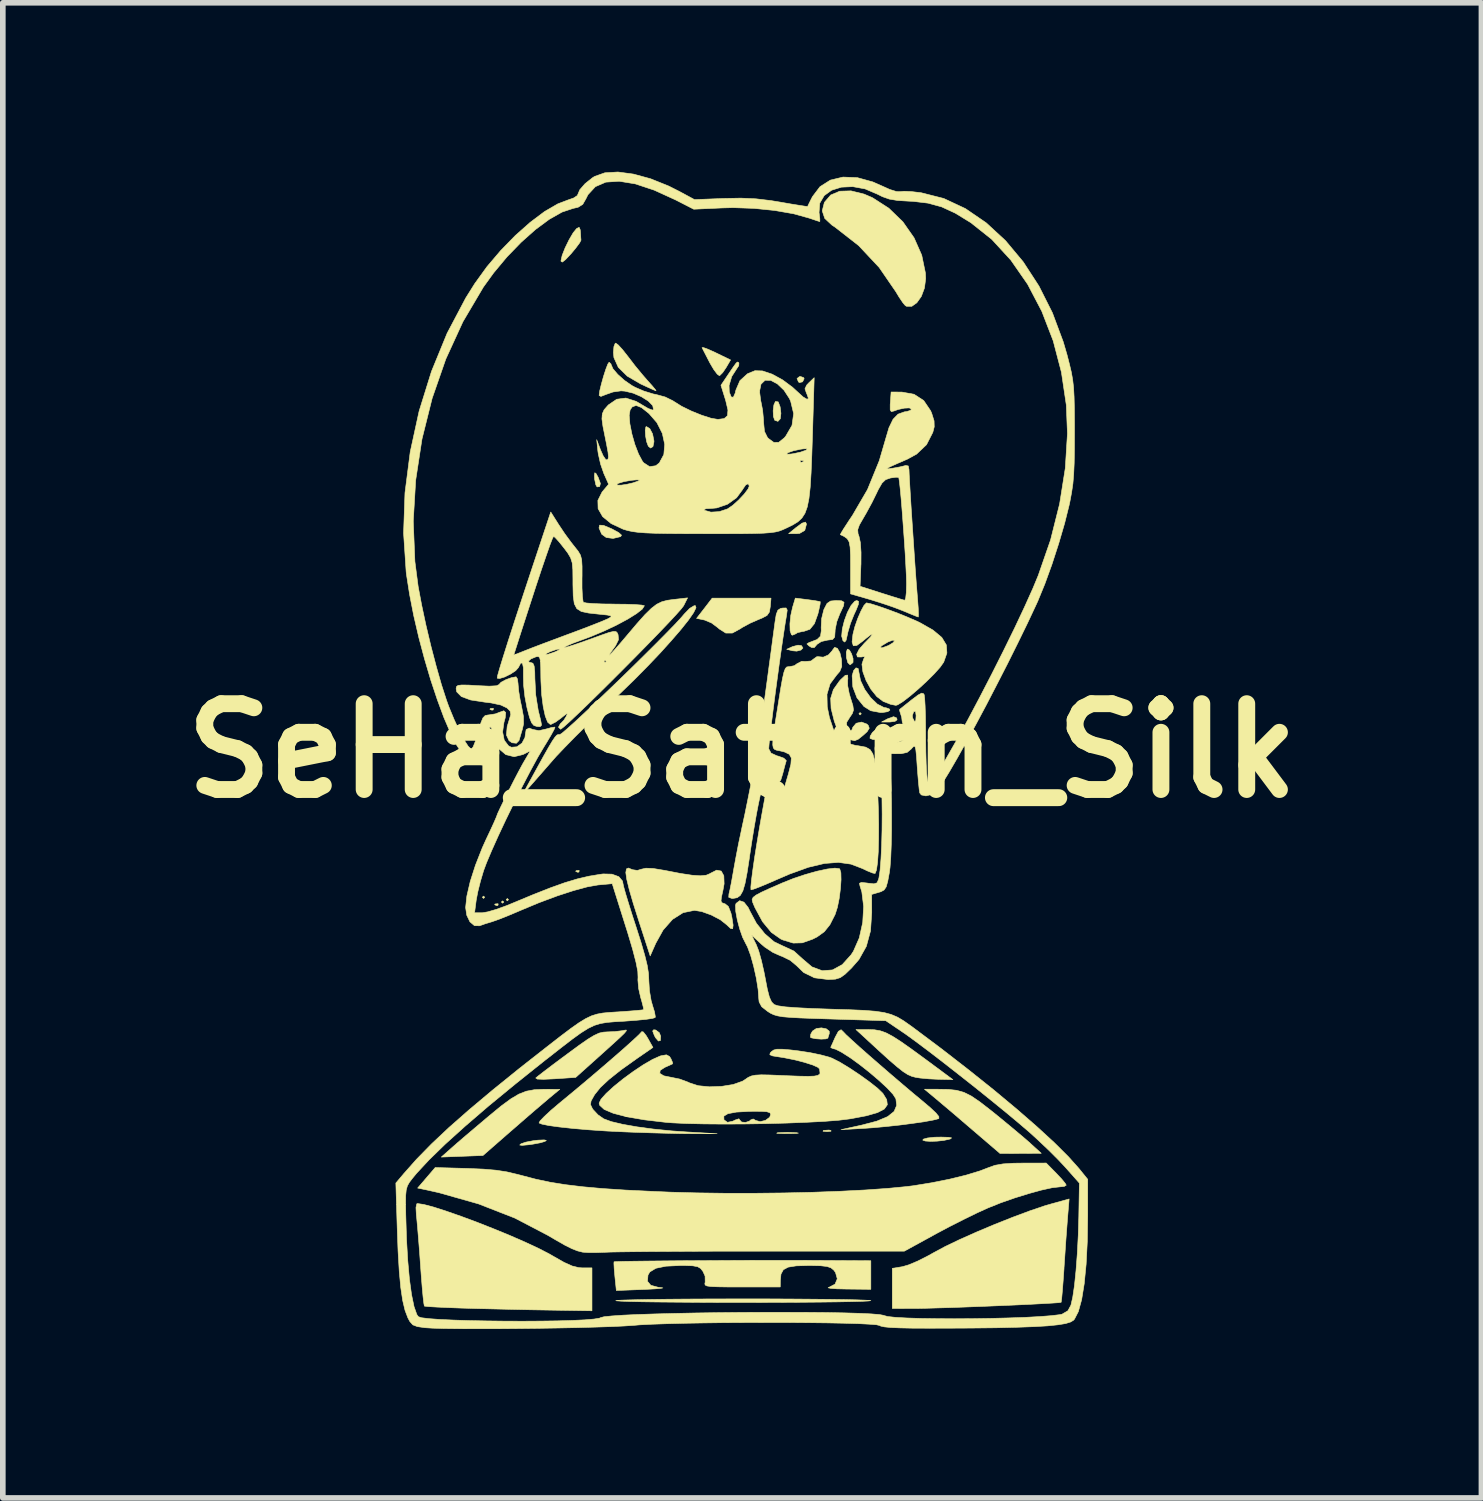
<source format=kicad_pcb>
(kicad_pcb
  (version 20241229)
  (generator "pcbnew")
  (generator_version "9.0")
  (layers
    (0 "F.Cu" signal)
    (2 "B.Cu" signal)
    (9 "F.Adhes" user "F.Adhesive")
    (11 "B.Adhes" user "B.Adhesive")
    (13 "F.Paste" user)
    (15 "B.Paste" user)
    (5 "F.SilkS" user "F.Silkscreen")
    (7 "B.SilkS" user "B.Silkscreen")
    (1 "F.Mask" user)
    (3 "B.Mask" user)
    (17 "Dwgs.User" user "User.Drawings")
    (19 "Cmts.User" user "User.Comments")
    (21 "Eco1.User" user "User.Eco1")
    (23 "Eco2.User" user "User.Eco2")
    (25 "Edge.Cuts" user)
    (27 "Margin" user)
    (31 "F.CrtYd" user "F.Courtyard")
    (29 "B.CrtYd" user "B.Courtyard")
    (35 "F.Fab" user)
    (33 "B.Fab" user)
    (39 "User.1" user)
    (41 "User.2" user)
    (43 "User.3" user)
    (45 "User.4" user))
  (footprint "SeHa_Saturn_Silk"
    (layer "F.Cu")
    (at 10.131 10.283)
    (property "Reference" "SeHa_Saturn_Silk" (at 0 0 0) (layer "F.SilkS") (effects (font (size 1.524 1.524) (thickness 0.3))))
    (attr through_hole)
    (fp_poly (pts (xy -4.572 2.603) (xy -4.593 2.625) (xy -4.614 2.603) (xy -4.593 2.582) (xy -4.572 2.603)) (stroke (width 0.01) (type solid)) (fill yes) (layer "F.SilkS"))
    (fp_poly (pts (xy -4.233 2.688) (xy -4.255 2.709) (xy -4.276 2.688) (xy -4.255 2.667) (xy -4.233 2.688)) (stroke (width 0.01) (type solid)) (fill yes) (layer "F.SilkS"))
    (fp_poly (pts (xy -4.149 2.646) (xy -4.17 2.667) (xy -4.191 2.646) (xy -4.17 2.625) (xy -4.149 2.646)) (stroke (width 0.01) (type solid)) (fill yes) (layer "F.SilkS"))
    (fp_poly (pts (xy 2.117 -0.656) (xy 2.095 -0.635) (xy 2.074 -0.656) (xy 2.095 -0.677) (xy 2.117 -0.656)) (stroke (width 0.01) (type solid)) (fill yes) (layer "F.SilkS"))
    (fp_poly (pts (xy -4.417 -0.748) (xy -4.423 -0.723) (xy -4.445 -0.72) (xy -4.48 -0.735) (xy -4.473 -0.748) (xy -4.423 -0.753) (xy -4.417 -0.748)) (stroke (width 0.01) (type solid)) (fill yes) (layer "F.SilkS"))
    (fp_poly (pts (xy -4.332 2.723) (xy -4.338 2.749) (xy -4.36 2.752) (xy -4.395 2.736) (xy -4.389 2.723) (xy -4.338 2.718) (xy -4.332 2.723)) (stroke (width 0.01) (type solid)) (fill yes) (layer "F.SilkS"))
    (fp_poly (pts (xy -2.893 2.131) (xy -2.899 2.156) (xy -2.921 2.159) (xy -2.956 2.144) (xy -2.949 2.131) (xy -2.899 2.126) (xy -2.893 2.131)) (stroke (width 0.01) (type solid)) (fill yes) (layer "F.SilkS"))
    (fp_poly (pts (xy 1.054 -1.866) (xy 1.08 -1.824) (xy 1.044 -1.787) (xy 0.969 -1.768) (xy 0.893 -1.775) (xy 0.792 -1.801) (xy 0.897 -1.849) (xy 0.993 -1.874) (xy 1.054 -1.866)) (stroke (width 0.01) (type solid)) (fill yes) (layer "F.SilkS"))
    (fp_poly (pts (xy 1.094 -6.625) (xy 1.101 -6.606) (xy 1.073 -6.551) (xy 1.018 -6.538) (xy 1.001 -6.549) (xy 0.975 -6.61) (xy 1.02 -6.645) (xy 1.037 -6.646) (xy 1.094 -6.625)) (stroke (width 0.01) (type solid)) (fill yes) (layer "F.SilkS"))
    (fp_poly (pts (xy 1.143 -4.025) (xy 1.113 -3.913) (xy 1.021 -3.859) (xy 0.959 -3.854) (xy 0.826 -3.855) (xy 0.953 -3.959) (xy 1.064 -4.041) (xy 1.126 -4.06) (xy 1.143 -4.025)) (stroke (width 0.01) (type solid)) (fill yes) (layer "F.SilkS"))
    (fp_poly (pts (xy 1.578 6.746) (xy 1.579 6.759) (xy 1.513 6.765) (xy 1.503 6.765) (xy 1.437 6.759) (xy 1.443 6.746) (xy 1.451 6.744) (xy 1.543 6.738) (xy 1.578 6.746)) (stroke (width 0.01) (type solid)) (fill yes) (layer "F.SilkS"))
    (fp_poly (pts (xy 2.745 -0.581) (xy 2.752 -0.548) (xy 2.715 -0.521) (xy 2.625 -0.509) (xy 2.614 -0.509) (xy 2.477 -0.509) (xy 2.582 -0.565) (xy 2.69 -0.604) (xy 2.745 -0.581)) (stroke (width 0.01) (type solid)) (fill yes) (layer "F.SilkS"))
    (fp_poly (pts (xy -2.596 -4.924) (xy -2.556 -4.853) (xy -2.517 -4.746) (xy -2.531 -4.691) (xy -2.576 -4.685) (xy -2.598 -4.721) (xy -2.62 -4.822) (xy -2.623 -4.882) (xy -2.617 -4.936) (xy -2.596 -4.924)) (stroke (width 0.01) (type solid)) (fill yes) (layer "F.SilkS"))
    (fp_poly (pts (xy -1.535 4.961) (xy -1.471 5.009) (xy -1.447 5.07) (xy -1.451 5.148) (xy -1.487 5.157) (xy -1.538 5.098) (xy -1.56 5.056) (xy -1.589 4.979) (xy -1.571 4.957) (xy -1.535 4.961)) (stroke (width 0.01) (type solid)) (fill yes) (layer "F.SilkS"))
    (fp_poly (pts (xy 0.963 6.785) (xy 1 6.792) (xy 0.962 6.798) (xy 0.856 6.801) (xy 0.804 6.801) (xy 0.677 6.8) (xy 0.614 6.795) (xy 0.623 6.788) (xy 0.646 6.785) (xy 0.805 6.778) (xy 0.963 6.785)) (stroke (width 0.01) (type solid)) (fill yes) (layer "F.SilkS"))
    (fp_poly (pts (xy 2.839 -0.357) (xy 2.872 -0.297) (xy 2.838 -0.254) (xy 2.834 -0.251) (xy 2.731 -0.21) (xy 2.667 -0.232) (xy 2.656 -0.313) (xy 2.657 -0.318) (xy 2.698 -0.405) (xy 2.767 -0.415) (xy 2.839 -0.357)) (stroke (width 0.01) (type solid)) (fill yes) (layer "F.SilkS"))
    (fp_poly (pts (xy 0.641 -6.195) (xy 0.675 -6.107) (xy 0.689 -5.992) (xy 0.678 -5.895) (xy 0.636 -5.849) (xy 0.579 -5.869) (xy 0.556 -5.935) (xy 0.551 -6.039) (xy 0.564 -6.141) (xy 0.591 -6.201) (xy 0.593 -6.202) (xy 0.641 -6.195)) (stroke (width 0.01) (type solid)) (fill yes) (layer "F.SilkS"))
    (fp_poly (pts (xy 1.906 -1.787) (xy 1.944 -1.72) (xy 1.97 -1.637) (xy 1.97 -1.57) (xy 1.966 -1.563) (xy 1.918 -1.524) (xy 1.877 -1.564) (xy 1.853 -1.653) (xy 1.85 -1.75) (xy 1.869 -1.803) (xy 1.87 -1.804) (xy 1.906 -1.787)) (stroke (width 0.01) (type solid)) (fill yes) (layer "F.SilkS"))
    (fp_poly (pts (xy 2.538 -0.397) (xy 2.561 -0.344) (xy 2.525 -0.273) (xy 2.44 -0.217) (xy 2.342 -0.197) (xy 2.319 -0.2) (xy 2.271 -0.219) (xy 2.275 -0.259) (xy 2.314 -0.323) (xy 2.387 -0.39) (xy 2.471 -0.415) (xy 2.538 -0.397)) (stroke (width 0.01) (type solid)) (fill yes) (layer "F.SilkS"))
    (fp_poly (pts (xy -3.477 6.922) (xy -3.503 6.94) (xy -3.584 6.964) (xy -3.713 6.988) (xy -3.789 6.999) (xy -3.908 7.01) (xy -3.95 7.004) (xy -3.927 6.982) (xy -3.843 6.953) (xy -3.712 6.928) (xy -3.63 6.918) (xy -3.517 6.913) (xy -3.477 6.922)) (stroke (width 0.01) (type solid)) (fill yes) (layer "F.SilkS"))
    (fp_poly (pts (xy -2.46 -4.001) (xy -2.326 -3.945) (xy -2.317 -3.941) (xy -2.192 -3.873) (xy -2.142 -3.828) (xy -2.158 -3.802) (xy -2.291 -3.77) (xy -2.413 -3.786) (xy -2.493 -3.844) (xy -2.496 -3.85) (xy -2.542 -3.956) (xy -2.531 -4.006) (xy -2.46 -4.001)) (stroke (width 0.01) (type solid)) (fill yes) (layer "F.SilkS"))
    (fp_poly (pts (xy -1.64 -5.72) (xy -1.591 -5.627) (xy -1.567 -5.507) (xy -1.566 -5.485) (xy -1.584 -5.401) (xy -1.626 -5.375) (xy -1.666 -5.408) (xy -1.696 -5.487) (xy -1.715 -5.591) (xy -1.721 -5.69) (xy -1.71 -5.75) (xy -1.7 -5.757) (xy -1.64 -5.72)) (stroke (width 0.01) (type solid)) (fill yes) (layer "F.SilkS"))
    (fp_poly (pts (xy 3.667 6.867) (xy 3.72 6.877) (xy 3.702 6.894) (xy 3.683 6.9) (xy 3.583 6.922) (xy 3.464 6.935) (xy 3.347 6.939) (xy 3.255 6.933) (xy 3.209 6.918) (xy 3.217 6.9) (xy 3.292 6.879) (xy 3.42 6.865) (xy 3.535 6.863) (xy 3.667 6.867)) (stroke (width 0.01) (type solid)) (fill yes) (layer "F.SilkS"))
    (fp_poly (pts (xy 1.495 4.94) (xy 1.547 4.982) (xy 1.548 5.024) (xy 1.527 5.09) (xy 1.524 5.105) (xy 1.488 5.119) (xy 1.404 5.123) (xy 1.307 5.116) (xy 1.232 5.101) (xy 1.213 5.09) (xy 1.219 5.035) (xy 1.25 4.98) (xy 1.317 4.935) (xy 1.408 4.923) (xy 1.495 4.94)) (stroke (width 0.01) (type solid)) (fill yes) (layer "F.SilkS"))
    (fp_poly (pts (xy -0.684 -7.159) (xy -0.599 -7.127) (xy -0.474 -7.071) (xy -0.465 -7.066) (xy -0.205 -6.94) (xy -0.283 -6.807) (xy -0.345 -6.715) (xy -0.397 -6.663) (xy -0.403 -6.66) (xy -0.442 -6.688) (xy -0.505 -6.772) (xy -0.572 -6.886) (xy -0.639 -7.016) (xy -0.69 -7.115) (xy -0.712 -7.159) (xy -0.684 -7.159)) (stroke (width 0.01) (type solid)) (fill yes) (layer "F.SilkS"))
    (fp_poly (pts (xy -2.876 -9.253) (xy -2.872 -9.213) (xy -2.866 -9.116) (xy -2.862 -9.067) (xy -2.886 -9.02) (xy -2.952 -8.931) (xy -3.037 -8.828) (xy -3.137 -8.722) (xy -3.193 -8.678) (xy -3.216 -8.691) (xy -3.217 -8.706) (xy -3.196 -8.798) (xy -3.144 -8.93) (xy -3.074 -9.073) (xy -3.001 -9.198) (xy -2.94 -9.273) (xy -2.895 -9.296) (xy -2.876 -9.253)) (stroke (width 0.01) (type solid)) (fill yes) (layer "F.SilkS"))
    (fp_poly (pts (xy 2.068 -2.653) (xy 2.065 -2.6) (xy 2.024 -2.496) (xy 1.987 -2.417) (xy 1.925 -2.263) (xy 1.878 -2.103) (xy 1.87 -2.064) (xy 1.847 -1.961) (xy 1.822 -1.929) (xy 1.791 -1.953) (xy 1.768 -2.034) (xy 1.779 -2.161) (xy 1.816 -2.309) (xy 1.87 -2.456) (xy 1.935 -2.579) (xy 2.001 -2.654) (xy 2.035 -2.667) (xy 2.068 -2.653)) (stroke (width 0.01) (type solid)) (fill yes) (layer "F.SilkS"))
    (fp_poly (pts (xy 0.5 -2.557) (xy 0.484 -2.462) (xy 0.442 -2.402) (xy 0.351 -2.354) (xy 0.289 -2.329) (xy 0.141 -2.264) (xy 0.004 -2.19) (xy -0.035 -2.164) (xy -0.174 -2.089) (xy -0.291 -2.089) (xy -0.407 -2.163) (xy -0.43 -2.184) (xy -0.544 -2.269) (xy -0.669 -2.321) (xy -0.674 -2.322) (xy -0.809 -2.35) (xy -0.67 -2.529) (xy -0.532 -2.709) (xy 0.513 -2.709) (xy 0.5 -2.557)) (stroke (width 0.01) (type solid)) (fill yes) (layer "F.SilkS"))
    (fp_poly (pts (xy -2.201 -7.207) (xy -2.125 -7.124) (xy -2.032 -7.006) (xy -2.024 -6.996) (xy -1.903 -6.838) (xy -1.771 -6.678) (xy -1.679 -6.572) (xy -1.593 -6.476) (xy -1.539 -6.411) (xy -1.529 -6.392) (xy -1.573 -6.409) (xy -1.671 -6.453) (xy -1.801 -6.513) (xy -2.041 -6.653) (xy -2.199 -6.808) (xy -2.277 -6.981) (xy -2.286 -7.073) (xy -2.277 -7.178) (xy -2.254 -7.235) (xy -2.245 -7.239) (xy -2.201 -7.207)) (stroke (width 0.01) (type solid)) (fill yes) (layer "F.SilkS"))
    (fp_poly (pts (xy 1.16 -2.683) (xy 1.285 -2.666) (xy 1.368 -2.651) (xy 1.388 -2.646) (xy 1.385 -2.603) (xy 1.364 -2.505) (xy 1.346 -2.429) (xy 1.284 -2.256) (xy 1.203 -2.156) (xy 1.095 -2.119) (xy 1.077 -2.118) (xy 0.985 -2.097) (xy 0.948 -2.074) (xy 0.893 -2.051) (xy 0.876 -2.06) (xy 0.852 -2.13) (xy 0.849 -2.254) (xy 0.864 -2.403) (xy 0.896 -2.546) (xy 0.945 -2.71) (xy 1.16 -2.683)) (stroke (width 0.01) (type solid)) (fill yes) (layer "F.SilkS"))
    (fp_poly (pts (xy 2.06 -1.461) (xy 2.074 -1.393) (xy 2.103 -1.245) (xy 2.178 -1.087) (xy 2.283 -0.941) (xy 2.402 -0.827) (xy 2.52 -0.767) (xy 2.557 -0.762) (xy 2.616 -0.74) (xy 2.625 -0.72) (xy 2.587 -0.693) (xy 2.494 -0.678) (xy 2.459 -0.677) (xy 2.283 -0.71) (xy 2.163 -0.786) (xy 2.04 -0.939) (xy 1.966 -1.133) (xy 1.954 -1.331) (xy 1.981 -1.424) (xy 2.022 -1.471) (xy 2.06 -1.461)) (stroke (width 0.01) (type solid)) (fill yes) (layer "F.SilkS"))
    (fp_poly (pts (xy 2.35 4.957) (xy 2.45 4.974) (xy 2.553 5.01) (xy 2.672 5.073) (xy 2.821 5.168) (xy 3.011 5.302) (xy 3.237 5.467) (xy 3.743 5.842) (xy 3.491 5.837) (xy 3.321 5.829) (xy 3.16 5.814) (xy 3.083 5.802) (xy 3.014 5.784) (xy 2.943 5.753) (xy 2.86 5.7) (xy 2.755 5.617) (xy 2.615 5.497) (xy 2.432 5.331) (xy 2.313 5.221) (xy 2.022 4.953) (xy 2.241 4.953) (xy 2.35 4.957)) (stroke (width 0.01) (type solid)) (fill yes) (layer "F.SilkS"))
    (fp_poly (pts (xy -3.239 6.015) (xy -3.428 6.172) (xy -3.528 6.257) (xy -3.675 6.382) (xy -3.851 6.534) (xy -4.039 6.698) (xy -4.11 6.759) (xy -4.603 7.19) (xy -4.973 7.204) (xy -5.343 7.218) (xy -5.158 7.054) (xy -5.058 6.966) (xy -4.91 6.839) (xy -4.733 6.689) (xy -4.545 6.53) (xy -4.495 6.488) (xy -4.28 6.311) (xy -4.109 6.185) (xy -3.966 6.1) (xy -3.833 6.048) (xy -3.693 6.022) (xy -3.529 6.014) (xy -3.471 6.014) (xy -3.239 6.015)) (stroke (width 0.01) (type solid)) (fill yes) (layer "F.SilkS"))
    (fp_poly (pts (xy 3.659 6.016) (xy 3.809 6.032) (xy 3.94 6.069) (xy 4.072 6.135) (xy 4.223 6.238) (xy 4.415 6.387) (xy 4.473 6.433) (xy 4.66 6.586) (xy 4.842 6.737) (xy 5 6.87) (xy 5.113 6.968) (xy 5.122 6.977) (xy 5.313 7.151) (xy 4.947 7.153) (xy 4.581 7.154) (xy 4.1 6.742) (xy 3.912 6.581) (xy 3.73 6.425) (xy 3.571 6.291) (xy 3.453 6.191) (xy 3.429 6.171) (xy 3.239 6.013) (xy 3.471 6.013) (xy 3.659 6.016)) (stroke (width 0.01) (type solid)) (fill yes) (layer "F.SilkS"))
    (fp_poly (pts (xy -2.056 4.963) (xy -2.059 4.979) (xy -2.091 5.018) (xy -2.161 5.086) (xy -2.274 5.19) (xy -2.438 5.338) (xy -2.636 5.516) (xy -2.956 5.803) (xy -3.33 5.828) (xy -3.525 5.837) (xy -3.636 5.833) (xy -3.665 5.815) (xy -3.662 5.81) (xy -3.614 5.771) (xy -3.512 5.692) (xy -3.367 5.582) (xy -3.193 5.452) (xy -3.098 5.382) (xy -2.893 5.231) (xy -2.741 5.125) (xy -2.627 5.056) (xy -2.54 5.016) (xy -2.464 4.999) (xy -2.4 4.995) (xy -2.259 4.989) (xy -2.136 4.974) (xy -2.117 4.971) (xy -2.078 4.963) (xy -2.056 4.963)) (stroke (width 0.01) (type solid)) (fill yes) (layer "F.SilkS"))
    (fp_poly (pts (xy 2.165 -9.886) (xy 2.314 -9.822) (xy 2.606 -9.634) (xy 2.856 -9.392) (xy 3.054 -9.109) (xy 3.19 -8.801) (xy 3.256 -8.482) (xy 3.26 -8.382) (xy 3.238 -8.216) (xy 3.183 -8.069) (xy 3.103 -7.956) (xy 3.013 -7.892) (xy 2.922 -7.892) (xy 2.898 -7.906) (xy 2.854 -7.958) (xy 2.786 -8.059) (xy 2.732 -8.149) (xy 2.434 -8.583) (xy 2.071 -8.97) (xy 1.651 -9.298) (xy 1.594 -9.336) (xy 1.468 -9.453) (xy 1.423 -9.588) (xy 1.461 -9.738) (xy 1.463 -9.741) (xy 1.573 -9.869) (xy 1.733 -9.937) (xy 1.934 -9.943) (xy 2.165 -9.886)) (stroke (width 0.01) (type solid)) (fill yes) (layer "F.SilkS"))
    (fp_poly (pts (xy 1.768 -2.662) (xy 1.81 -2.636) (xy 1.801 -2.572) (xy 1.745 -2.452) (xy 1.736 -2.434) (xy 1.681 -2.291) (xy 1.652 -2.147) (xy 1.651 -2.118) (xy 1.644 -2.018) (xy 1.607 -1.975) (xy 1.518 -1.964) (xy 1.517 -1.964) (xy 1.407 -1.939) (xy 1.332 -1.89) (xy 1.281 -1.831) (xy 1.233 -1.833) (xy 1.187 -1.861) (xy 1.151 -1.896) (xy 1.191 -1.922) (xy 1.208 -1.927) (xy 1.332 -1.975) (xy 1.392 -2.034) (xy 1.406 -2.13) (xy 1.404 -2.189) (xy 1.412 -2.346) (xy 1.45 -2.5) (xy 1.455 -2.513) (xy 1.508 -2.615) (xy 1.571 -2.658) (xy 1.67 -2.667) (xy 1.768 -2.662)) (stroke (width 0.01) (type solid)) (fill yes) (layer "F.SilkS"))
    (fp_poly (pts (xy 1.727 2.096) (xy 1.734 2.101) (xy 1.754 2.168) (xy 1.757 2.293) (xy 1.746 2.453) (xy 1.724 2.625) (xy 1.692 2.783) (xy 1.653 2.905) (xy 1.652 2.908) (xy 1.559 3.091) (xy 1.459 3.216) (xy 1.331 3.308) (xy 1.249 3.349) (xy 1.068 3.413) (xy 0.907 3.417) (xy 0.728 3.363) (xy 0.688 3.346) (xy 0.52 3.228) (xy 0.363 3.038) (xy 0.228 2.789) (xy 0.21 2.747) (xy 0.186 2.689) (xy 0.177 2.644) (xy 0.195 2.605) (xy 0.249 2.564) (xy 0.349 2.511) (xy 0.507 2.439) (xy 0.711 2.35) (xy 0.914 2.269) (xy 1.126 2.198) (xy 1.33 2.141) (xy 1.51 2.102) (xy 1.648 2.086) (xy 1.727 2.096)) (stroke (width 0.01) (type solid)) (fill yes) (layer "F.SilkS"))
    (fp_poly (pts (xy 0.45 9.737) (xy 0.853 9.739) (xy 1.221 9.742) (xy 1.547 9.745) (xy 1.823 9.749) (xy 2.042 9.754) (xy 2.195 9.76) (xy 2.276 9.765) (xy 2.286 9.768) (xy 2.245 9.774) (xy 2.127 9.78) (xy 1.94 9.785) (xy 1.691 9.79) (xy 1.389 9.794) (xy 1.041 9.797) (xy 0.655 9.799) (xy 0.238 9.8) (xy 0.021 9.8) (xy -0.408 9.8) (xy -0.81 9.798) (xy -1.178 9.795) (xy -1.505 9.792) (xy -1.781 9.788) (xy -2 9.783) (xy -2.153 9.777) (xy -2.233 9.771) (xy -2.244 9.768) (xy -2.203 9.762) (xy -2.085 9.757) (xy -1.898 9.752) (xy -1.649 9.747) (xy -1.347 9.743) (xy -0.999 9.74) (xy -0.612 9.738) (xy -0.196 9.737) (xy 0.021 9.737) (xy 0.45 9.737)) (stroke (width 0.01) (type solid)) (fill yes) (layer "F.SilkS"))
    (fp_poly (pts (xy 1.878 -1.275) (xy 1.874 -1.252) (xy 1.875 -1.153) (xy 1.902 -1.015) (xy 1.927 -0.93) (xy 1.967 -0.802) (xy 1.978 -0.722) (xy 1.958 -0.661) (xy 1.912 -0.593) (xy 1.857 -0.505) (xy 1.855 -0.443) (xy 1.881 -0.399) (xy 1.925 -0.349) (xy 1.951 -0.372) (xy 1.966 -0.415) (xy 2.026 -0.487) (xy 2.121 -0.508) (xy 2.215 -0.473) (xy 2.24 -0.449) (xy 2.258 -0.399) (xy 2.22 -0.337) (xy 2.157 -0.28) (xy 2.063 -0.204) (xy 1.998 -0.177) (xy 1.925 -0.194) (xy 1.838 -0.236) (xy 1.747 -0.3) (xy 1.682 -0.402) (xy 1.637 -0.524) (xy 1.58 -0.752) (xy 1.573 -0.931) (xy 1.621 -1.085) (xy 1.727 -1.235) (xy 1.748 -1.259) (xy 1.832 -1.338) (xy 1.874 -1.343) (xy 1.878 -1.275)) (stroke (width 0.01) (type solid)) (fill yes) (layer "F.SilkS"))
    (fp_poly (pts (xy 5.781 8.288) (xy 5.768 8.459) (xy 5.751 8.685) (xy 5.734 8.938) (xy 5.717 9.189) (xy 5.717 9.201) (xy 5.702 9.413) (xy 5.688 9.593) (xy 5.676 9.725) (xy 5.667 9.792) (xy 5.665 9.798) (xy 5.62 9.804) (xy 5.502 9.812) (xy 5.324 9.822) (xy 5.099 9.834) (xy 4.839 9.846) (xy 4.557 9.858) (xy 4.265 9.87) (xy 3.976 9.881) (xy 3.702 9.891) (xy 3.455 9.898) (xy 3.249 9.904) (xy 3.094 9.907) (xy 3.059 9.907) (xy 2.667 9.906) (xy 2.667 9.194) (xy 2.847 9.165) (xy 2.962 9.131) (xy 3.123 9.063) (xy 3.304 8.971) (xy 3.408 8.913) (xy 3.607 8.806) (xy 3.868 8.681) (xy 4.169 8.547) (xy 4.49 8.412) (xy 4.813 8.284) (xy 5.116 8.171) (xy 5.379 8.082) (xy 5.497 8.048) (xy 5.808 7.962) (xy 5.781 8.288)) (stroke (width 0.01) (type solid)) (fill yes) (layer "F.SilkS"))
    (fp_poly (pts (xy -3.991 -1.275) (xy -3.979 -1.185) (xy -3.979 -1.175) (xy -3.968 -1.057) (xy -3.942 -0.899) (xy -3.917 -0.783) (xy -3.884 -0.607) (xy -3.882 -0.475) (xy -3.903 -0.381) (xy -3.937 -0.268) (xy -3.961 -0.186) (xy -3.963 -0.18) (xy -4.009 -0.132) (xy -4.087 -0.141) (xy -4.14 -0.178) (xy -4.186 -0.277) (xy -4.173 -0.429) (xy -4.139 -0.541) (xy -4.109 -0.643) (xy -4.121 -0.704) (xy -4.178 -0.76) (xy -4.286 -0.811) (xy -4.463 -0.849) (xy -4.578 -0.863) (xy -4.823 -0.901) (xy -4.986 -0.961) (xy -5.069 -1.045) (xy -5.08 -1.099) (xy -5.074 -1.137) (xy -5.046 -1.159) (xy -4.978 -1.167) (xy -4.856 -1.165) (xy -4.699 -1.155) (xy -4.489 -1.146) (xy -4.362 -1.153) (xy -4.318 -1.174) (xy -4.318 -1.175) (xy -4.283 -1.214) (xy -4.198 -1.26) (xy -4.097 -1.297) (xy -4.015 -1.312) (xy -3.991 -1.275)) (stroke (width 0.01) (type solid)) (fill yes) (layer "F.SilkS"))
    (fp_poly (pts (xy -5.654 8.06) (xy -5.476 8.107) (xy -5.25 8.18) (xy -4.987 8.272) (xy -4.702 8.378) (xy -4.408 8.494) (xy -4.119 8.613) (xy -3.849 8.731) (xy -3.611 8.842) (xy -3.418 8.942) (xy -3.358 8.977) (xy -3.165 9.087) (xy -3.018 9.153) (xy -2.899 9.182) (xy -2.838 9.186) (xy -2.667 9.186) (xy -2.667 9.948) (xy -3.249 9.939) (xy -3.481 9.935) (xy -3.773 9.93) (xy -4.097 9.923) (xy -4.429 9.915) (xy -4.727 9.908) (xy -4.994 9.9) (xy -5.231 9.891) (xy -5.426 9.882) (xy -5.565 9.874) (xy -5.637 9.866) (xy -5.644 9.864) (xy -5.653 9.816) (xy -5.667 9.699) (xy -5.683 9.526) (xy -5.7 9.312) (xy -5.712 9.144) (xy -5.73 8.892) (xy -5.749 8.654) (xy -5.766 8.45) (xy -5.78 8.299) (xy -5.786 8.244) (xy -5.793 8.115) (xy -5.779 8.049) (xy -5.768 8.043) (xy -5.654 8.06)) (stroke (width 0.01) (type solid)) (fill yes) (layer "F.SilkS"))
    (fp_poly (pts (xy 1.799 4.995) (xy 1.841 5.04) (xy 1.938 5.13) (xy 2.077 5.256) (xy 2.249 5.408) (xy 2.444 5.578) (xy 2.649 5.755) (xy 2.854 5.93) (xy 3.049 6.095) (xy 3.163 6.189) (xy 3.335 6.334) (xy 3.443 6.435) (xy 3.494 6.499) (xy 3.494 6.533) (xy 3.486 6.537) (xy 3.392 6.561) (xy 3.232 6.59) (xy 3.026 6.62) (xy 2.793 6.65) (xy 2.552 6.676) (xy 2.322 6.697) (xy 2.18 6.707) (xy 1.757 6.731) (xy 2.121 6.651) (xy 2.392 6.58) (xy 2.583 6.5) (xy 2.699 6.408) (xy 2.745 6.299) (xy 2.731 6.183) (xy 2.68 6.103) (xy 2.575 5.99) (xy 2.431 5.857) (xy 2.263 5.714) (xy 2.087 5.575) (xy 1.917 5.452) (xy 1.768 5.357) (xy 1.657 5.301) (xy 1.616 5.292) (xy 1.575 5.274) (xy 1.577 5.26) (xy 1.604 5.202) (xy 1.647 5.104) (xy 1.653 5.091) (xy 1.71 4.984) (xy 1.758 4.956) (xy 1.799 4.995)) (stroke (width 0.01) (type solid)) (fill yes) (layer "F.SilkS"))
    (fp_poly (pts (xy -1.957 2.11) (xy -1.951 2.113) (xy -1.861 2.127) (xy -1.793 2.106) (xy -1.709 2.087) (xy -1.581 2.092) (xy -1.394 2.123) (xy -1.366 2.128) (xy -1.092 2.181) (xy -0.888 2.212) (xy -0.741 2.222) (xy -0.639 2.212) (xy -0.572 2.184) (xy -0.567 2.18) (xy -0.453 2.122) (xy -0.371 2.138) (xy -0.325 2.222) (xy -0.32 2.365) (xy -0.34 2.477) (xy -0.368 2.604) (xy -0.375 2.672) (xy -0.356 2.702) (xy -0.308 2.719) (xy -0.303 2.72) (xy -0.244 2.768) (xy -0.198 2.886) (xy -0.182 2.958) (xy -0.16 3.098) (xy -0.168 3.163) (xy -0.207 3.156) (xy -0.273 3.093) (xy -0.388 3.002) (xy -0.549 2.918) (xy -0.718 2.857) (xy -0.848 2.836) (xy -1.048 2.877) (xy -1.236 2.996) (xy -1.403 3.185) (xy -1.534 3.421) (xy -1.633 3.645) (xy -1.831 3.035) (xy -1.933 2.714) (xy -2.005 2.466) (xy -2.049 2.285) (xy -2.066 2.165) (xy -2.055 2.1) (xy -2.019 2.084) (xy -1.957 2.11)) (stroke (width 0.01) (type solid)) (fill yes) (layer "F.SilkS"))
    (fp_poly (pts (xy -0.819 -2.539) (xy -0.862 -2.451) (xy -0.954 -2.319) (xy -1.088 -2.151) (xy -1.259 -1.953) (xy -1.458 -1.732) (xy -1.681 -1.498) (xy -1.921 -1.255) (xy -2.172 -1.012) (xy -2.277 -0.914) (xy -2.511 -0.693) (xy -2.745 -0.466) (xy -2.965 -0.248) (xy -3.157 -0.052) (xy -3.307 0.106) (xy -3.351 0.156) (xy -3.493 0.319) (xy -3.625 0.47) (xy -3.732 0.592) (xy -3.789 0.656) (xy -3.903 0.783) (xy -3.799 0.593) (xy -3.645 0.312) (xy -3.526 0.096) (xy -3.437 -0.061) (xy -3.372 -0.17) (xy -3.326 -0.238) (xy -3.293 -0.275) (xy -3.269 -0.287) (xy -3.248 -0.285) (xy -3.243 -0.283) (xy -3.204 -0.307) (xy -3.113 -0.384) (xy -2.979 -0.504) (xy -2.81 -0.661) (xy -2.615 -0.845) (xy -2.401 -1.049) (xy -2.176 -1.265) (xy -1.95 -1.485) (xy -1.731 -1.701) (xy -1.526 -1.905) (xy -1.344 -2.089) (xy -1.193 -2.244) (xy -1.082 -2.364) (xy -1.027 -2.428) (xy -0.933 -2.526) (xy -0.854 -2.574) (xy -0.83 -2.576) (xy -0.819 -2.539)) (stroke (width 0.01) (type solid)) (fill yes) (layer "F.SilkS"))
    (fp_poly (pts (xy -1.756 4.995) (xy -1.705 5.059) (xy -1.676 5.107) (xy -1.584 5.271) (xy -1.875 5.472) (xy -2.154 5.671) (xy -2.365 5.839) (xy -2.518 5.982) (xy -2.619 6.108) (xy -2.628 6.123) (xy -2.683 6.221) (xy -2.693 6.286) (xy -2.661 6.354) (xy -2.65 6.371) (xy -2.561 6.467) (xy -2.458 6.539) (xy -2.325 6.588) (xy -2.123 6.636) (xy -1.867 6.681) (xy -1.571 6.721) (xy -1.252 6.753) (xy -0.995 6.771) (xy -0.445 6.803) (xy -0.889 6.803) (xy -1.088 6.801) (xy -1.345 6.795) (xy -1.634 6.787) (xy -1.927 6.777) (xy -2.081 6.771) (xy -2.409 6.755) (xy -2.719 6.734) (xy -3.001 6.71) (xy -3.242 6.684) (xy -3.432 6.658) (xy -3.558 6.632) (xy -3.607 6.612) (xy -3.588 6.575) (xy -3.514 6.498) (xy -3.398 6.39) (xy -3.251 6.265) (xy -2.992 6.051) (xy -2.738 5.838) (xy -2.497 5.633) (xy -2.278 5.444) (xy -2.089 5.279) (xy -1.938 5.143) (xy -1.834 5.046) (xy -1.786 4.994) (xy -1.784 4.99) (xy -1.756 4.995)) (stroke (width 0.01) (type solid)) (fill yes) (layer "F.SilkS"))
    (fp_poly (pts (xy 2.285 -2.609) (xy 2.417 -2.568) (xy 2.585 -2.509) (xy 2.77 -2.44) (xy 2.949 -2.367) (xy 3.104 -2.3) (xy 3.154 -2.276) (xy 3.39 -2.142) (xy 3.546 -2.012) (xy 3.627 -1.878) (xy 3.637 -1.734) (xy 3.58 -1.571) (xy 3.578 -1.569) (xy 3.516 -1.481) (xy 3.41 -1.363) (xy 3.275 -1.229) (xy 3.128 -1.094) (xy 2.984 -0.971) (xy 2.857 -0.873) (xy 2.764 -0.815) (xy 2.731 -0.805) (xy 2.636 -0.824) (xy 2.518 -0.87) (xy 2.506 -0.875) (xy 2.392 -0.961) (xy 2.287 -1.092) (xy 2.202 -1.245) (xy 2.145 -1.4) (xy 2.128 -1.536) (xy 2.158 -1.628) (xy 2.181 -1.669) (xy 2.136 -1.668) (xy 2.119 -1.664) (xy 2.047 -1.665) (xy 2.034 -1.713) (xy 2.077 -1.799) (xy 2.102 -1.828) (xy 2.448 -1.828) (xy 2.491 -1.828) (xy 2.602 -1.869) (xy 2.68 -1.917) (xy 2.709 -1.955) (xy 2.677 -1.963) (xy 2.598 -1.934) (xy 2.582 -1.926) (xy 2.477 -1.863) (xy 2.448 -1.828) (xy 2.102 -1.828) (xy 2.173 -1.911) (xy 2.187 -1.924) (xy 2.282 -2.022) (xy 2.313 -2.068) (xy 2.283 -2.058) (xy 2.197 -1.992) (xy 2.143 -1.946) (xy 2.037 -1.869) (xy 1.975 -1.863) (xy 1.953 -1.931) (xy 1.968 -2.066) (xy 2.002 -2.201) (xy 2.053 -2.347) (xy 2.111 -2.481) (xy 2.165 -2.581) (xy 2.207 -2.624) (xy 2.21 -2.625) (xy 2.285 -2.609)) (stroke (width 0.01) (type solid)) (fill yes) (layer "F.SilkS"))
    (fp_poly (pts (xy 0.997 9.052) (xy 1.281 9.053) (xy 1.281 9.053) (xy 2.286 9.059) (xy 2.286 9.567) (xy 1.852 9.562) (xy 1.685 9.558) (xy 1.574 9.55) (xy 1.527 9.54) (xy 1.545 9.53) (xy 1.65 9.475) (xy 1.69 9.38) (xy 1.659 9.269) (xy 1.627 9.225) (xy 1.578 9.185) (xy 1.507 9.161) (xy 1.394 9.148) (xy 1.22 9.144) (xy 1.173 9.144) (xy 0.96 9.15) (xy 0.817 9.173) (xy 0.732 9.219) (xy 0.69 9.297) (xy 0.679 9.409) (xy 0.677 9.525) (xy -0.003 9.525) (xy -0.256 9.525) (xy -0.437 9.522) (xy -0.556 9.517) (xy -0.625 9.507) (xy -0.657 9.49) (xy -0.662 9.465) (xy -0.656 9.438) (xy -0.658 9.332) (xy -0.696 9.248) (xy -0.737 9.196) (xy -0.79 9.165) (xy -0.876 9.149) (xy -1.015 9.144) (xy -1.1 9.144) (xy -1.354 9.156) (xy -1.532 9.193) (xy -1.639 9.258) (xy -1.672 9.314) (xy -1.681 9.424) (xy -1.622 9.495) (xy -1.489 9.531) (xy -1.446 9.535) (xy -1.408 9.542) (xy -1.446 9.55) (xy -1.551 9.559) (xy -1.715 9.568) (xy -1.741 9.569) (xy -2.234 9.588) (xy -2.26 9.338) (xy -2.272 9.204) (xy -2.277 9.109) (xy -2.275 9.078) (xy -2.231 9.075) (xy -2.112 9.071) (xy -1.928 9.068) (xy -1.689 9.065) (xy -1.406 9.062) (xy -1.088 9.059) (xy -0.744 9.057) (xy -0.386 9.055) (xy -0.023 9.053) (xy 0.335 9.052) (xy 0.679 9.052) (xy 0.997 9.052)) (stroke (width 0.01) (type solid)) (fill yes) (layer "F.SilkS"))
    (fp_poly (pts (xy 0.801 -2.498) (xy 0.789 -2.406) (xy 0.765 -2.263) (xy 0.735 -2.066) (xy 0.7 -1.827) (xy 0.662 -1.561) (xy 0.624 -1.28) (xy 0.586 -0.998) (xy 0.551 -0.729) (xy 0.521 -0.486) (xy 0.496 -0.281) (xy 0.48 -0.129) (xy 0.473 -0.043) (xy 0.474 -0.03) (xy 0.514 0.043) (xy 0.618 0.091) (xy 0.643 0.097) (xy 0.741 0.133) (xy 0.783 0.174) (xy 0.783 0.183) (xy 0.762 0.253) (xy 0.732 0.368) (xy 0.721 0.41) (xy 0.686 0.523) (xy 0.639 0.577) (xy 0.554 0.597) (xy 0.518 0.601) (xy 0.36 0.614) (xy 0.288 0.953) (xy 0.255 1.124) (xy 0.215 1.352) (xy 0.173 1.608) (xy 0.134 1.865) (xy 0.129 1.905) (xy 0.088 2.169) (xy 0.051 2.361) (xy 0.013 2.49) (xy -0.032 2.57) (xy -0.088 2.611) (xy -0.16 2.624) (xy -0.18 2.625) (xy -0.238 2.604) (xy -0.234 2.545) (xy -0.216 2.468) (xy -0.189 2.332) (xy -0.159 2.164) (xy -0.15 2.111) (xy -0.111 1.898) (xy -0.063 1.649) (xy -0.012 1.409) (xy -0.001 1.355) (xy 0.048 1.13) (xy 0.101 0.87) (xy 0.156 0.593) (xy 0.209 0.32) (xy 0.255 0.07) (xy 0.291 -0.136) (xy 0.313 -0.275) (xy 0.326 -0.371) (xy 0.348 -0.533) (xy 0.377 -0.746) (xy 0.41 -0.993) (xy 0.445 -1.249) (xy 0.481 -1.518) (xy 0.516 -1.776) (xy 0.546 -2.003) (xy 0.57 -2.181) (xy 0.584 -2.286) (xy 0.606 -2.422) (xy 0.635 -2.495) (xy 0.682 -2.526) (xy 0.714 -2.533) (xy 0.781 -2.535) (xy 0.801 -2.498)) (stroke (width 0.01) (type solid)) (fill yes) (layer "F.SilkS"))
    (fp_poly (pts (xy 5.579 7.505) (xy 5.674 7.606) (xy 5.738 7.684) (xy 5.757 7.717) (xy 5.721 7.739) (xy 5.641 7.747) (xy 5.508 7.762) (xy 5.317 7.804) (xy 5.088 7.867) (xy 4.84 7.944) (xy 4.594 8.03) (xy 4.369 8.12) (xy 4.364 8.122) (xy 4.175 8.208) (xy 3.94 8.323) (xy 3.689 8.45) (xy 3.45 8.577) (xy 3.427 8.59) (xy 2.881 8.889) (xy 0.397 8.889) (xy -0.065 8.89) (xy -0.51 8.89) (xy -0.929 8.892) (xy -1.315 8.894) (xy -1.657 8.896) (xy -1.947 8.899) (xy -2.177 8.902) (xy -2.338 8.905) (xy -2.409 8.908) (xy -2.581 8.914) (xy -2.731 8.914) (xy -2.831 8.907) (xy -2.836 8.906) (xy -2.924 8.884) (xy -3.021 8.846) (xy -3.146 8.784) (xy -3.314 8.688) (xy -3.456 8.605) (xy -4.036 8.302) (xy -4.681 8.05) (xy -5.383 7.851) (xy -5.601 7.802) (xy -5.763 7.768) (xy -5.607 7.586) (xy -5.451 7.404) (xy -4.874 7.42) (xy -4.595 7.432) (xy -4.372 7.451) (xy -4.178 7.481) (xy -3.984 7.527) (xy -3.9 7.549) (xy -3.663 7.611) (xy -3.413 7.664) (xy -3.14 7.708) (xy -2.833 7.745) (xy -2.48 7.777) (xy -2.071 7.804) (xy -1.595 7.827) (xy -1.272 7.841) (xy -0.8 7.854) (xy -0.297 7.861) (xy 0.222 7.861) (xy 0.744 7.855) (xy 1.256 7.843) (xy 1.743 7.825) (xy 2.192 7.802) (xy 2.589 7.774) (xy 2.921 7.742) (xy 3.041 7.727) (xy 3.367 7.674) (xy 3.687 7.61) (xy 3.98 7.538) (xy 4.226 7.463) (xy 4.374 7.406) (xy 4.491 7.364) (xy 4.634 7.339) (xy 4.824 7.327) (xy 4.976 7.325) (xy 5.401 7.324) (xy 5.579 7.505)) (stroke (width 0.01) (type solid)) (fill yes) (layer "F.SilkS"))
    (fp_poly (pts (xy 1.692 -1.818) (xy 1.737 -1.739) (xy 1.765 -1.621) (xy 1.77 -1.496) (xy 1.735 -1.408) (xy 1.68 -1.345) (xy 1.562 -1.187) (xy 1.507 -1.002) (xy 1.512 -0.778) (xy 1.55 -0.591) (xy 1.622 -0.375) (xy 1.713 -0.23) (xy 1.839 -0.141) (xy 2.015 -0.093) (xy 2.064 -0.087) (xy 2.195 -0.063) (xy 2.272 -0.02) (xy 2.321 0.056) (xy 2.35 0.157) (xy 2.374 0.32) (xy 2.394 0.532) (xy 2.41 0.778) (xy 2.42 1.041) (xy 2.425 1.309) (xy 2.424 1.565) (xy 2.418 1.796) (xy 2.405 1.986) (xy 2.386 2.12) (xy 2.362 2.181) (xy 2.319 2.173) (xy 2.224 2.135) (xy 2.139 2.094) (xy 1.933 2.015) (xy 1.711 1.984) (xy 1.462 2.003) (xy 1.176 2.071) (xy 0.841 2.192) (xy 0.632 2.282) (xy 0.452 2.36) (xy 0.303 2.422) (xy 0.199 2.461) (xy 0.157 2.471) (xy 0.155 2.422) (xy 0.166 2.303) (xy 0.189 2.125) (xy 0.221 1.902) (xy 0.262 1.647) (xy 0.308 1.371) (xy 0.342 1.176) (xy 0.432 0.681) (xy 0.585 0.69) (xy 0.738 0.699) (xy 0.822 0.412) (xy 0.866 0.241) (xy 0.874 0.13) (xy 0.838 0.064) (xy 0.752 0.023) (xy 0.671 0.003) (xy 0.617 -0.007) (xy 0.579 -0.021) (xy 0.554 -0.049) (xy 0.544 -0.102) (xy 0.547 -0.192) (xy 0.563 -0.329) (xy 0.592 -0.525) (xy 0.635 -0.791) (xy 0.647 -0.868) (xy 0.686 -1.111) (xy 0.717 -1.283) (xy 0.743 -1.395) (xy 0.767 -1.459) (xy 0.793 -1.487) (xy 0.825 -1.492) (xy 0.833 -1.491) (xy 0.929 -1.51) (xy 0.972 -1.543) (xy 1.059 -1.588) (xy 1.119 -1.584) (xy 1.224 -1.593) (xy 1.267 -1.627) (xy 1.328 -1.67) (xy 1.36 -1.669) (xy 1.441 -1.661) (xy 1.534 -1.702) (xy 1.598 -1.773) (xy 1.601 -1.78) (xy 1.643 -1.835) (xy 1.692 -1.818)) (stroke (width 0.01) (type solid)) (fill yes) (layer "F.SilkS"))
    (fp_poly (pts (xy 2.839 -6.369) (xy 3.054 -6.33) (xy 3.225 -6.219) (xy 3.347 -6.039) (xy 3.367 -5.993) (xy 3.409 -5.858) (xy 3.412 -5.752) (xy 3.387 -5.654) (xy 3.275 -5.435) (xy 3.098 -5.267) (xy 2.935 -5.178) (xy 2.748 -5.097) (xy 2.63 -5.044) (xy 2.574 -5.015) (xy 2.57 -5.005) (xy 2.611 -5.008) (xy 2.681 -5.018) (xy 2.802 -5.04) (xy 2.893 -5.062) (xy 2.903 -5.066) (xy 2.951 -5.057) (xy 2.964 -4.989) (xy 2.967 -4.911) (xy 2.975 -4.764) (xy 2.987 -4.56) (xy 3.002 -4.316) (xy 3.02 -4.044) (xy 3.039 -3.761) (xy 3.058 -3.479) (xy 3.076 -3.214) (xy 3.093 -2.981) (xy 3.108 -2.792) (xy 3.117 -2.678) (xy 3.128 -2.53) (xy 3.132 -2.422) (xy 3.129 -2.375) (xy 3.128 -2.374) (xy 3.083 -2.391) (xy 2.983 -2.432) (xy 2.865 -2.481) (xy 2.7 -2.545) (xy 2.495 -2.615) (xy 2.292 -2.679) (xy 2.273 -2.685) (xy 1.926 -2.785) (xy 1.926 -3.261) (xy 1.925 -3.472) (xy 1.918 -3.615) (xy 1.901 -3.707) (xy 1.867 -3.765) (xy 1.812 -3.805) (xy 1.744 -3.837) (xy 1.761 -3.872) (xy 1.794 -3.926) (xy 2.053 -3.926) (xy 2.059 -3.854) (xy 2.076 -3.807) (xy 2.1 -3.697) (xy 2.112 -3.523) (xy 2.111 -3.308) (xy 2.11 -3.304) (xy 2.095 -2.92) (xy 2.477 -2.798) (xy 2.645 -2.745) (xy 2.783 -2.702) (xy 2.87 -2.676) (xy 2.889 -2.671) (xy 2.905 -2.708) (xy 2.916 -2.809) (xy 2.92 -2.952) (xy 2.92 -2.974) (xy 2.917 -3.101) (xy 2.908 -3.281) (xy 2.896 -3.499) (xy 2.88 -3.739) (xy 2.862 -3.989) (xy 2.844 -4.232) (xy 2.826 -4.454) (xy 2.809 -4.64) (xy 2.794 -4.776) (xy 2.783 -4.847) (xy 2.781 -4.854) (xy 2.733 -4.857) (xy 2.639 -4.844) (xy 2.632 -4.842) (xy 2.549 -4.814) (xy 2.485 -4.753) (xy 2.42 -4.641) (xy 2.391 -4.58) (xy 2.305 -4.405) (xy 2.205 -4.221) (xy 2.155 -4.135) (xy 2.083 -4.01) (xy 2.053 -3.926) (xy 1.794 -3.926) (xy 1.816 -3.961) (xy 1.899 -4.089) (xy 1.958 -4.176) (xy 2.227 -4.638) (xy 2.436 -5.15) (xy 2.542 -5.513) (xy 2.608 -5.736) (xy 2.681 -5.887) (xy 2.769 -5.977) (xy 2.882 -6.018) (xy 2.924 -6.023) (xy 2.991 -6.045) (xy 3.006 -6.067) (xy 2.97 -6.088) (xy 2.883 -6.084) (xy 2.771 -6.06) (xy 2.696 -6.033) (xy 2.649 -6.022) (xy 2.63 -6.055) (xy 2.63 -6.149) (xy 2.633 -6.186) (xy 2.646 -6.371) (xy 2.839 -6.369)) (stroke (width 0.01) (type solid)) (fill yes) (layer "F.SilkS"))
    (fp_poly (pts (xy 0.86 5.315) (xy 1.002 5.332) (xy 1.205 5.363) (xy 1.397 5.403) (xy 1.55 5.444) (xy 1.599 5.463) (xy 1.738 5.534) (xy 1.909 5.638) (xy 2.091 5.759) (xy 2.263 5.883) (xy 2.405 5.995) (xy 2.495 6.082) (xy 2.5 6.087) (xy 2.568 6.198) (xy 2.579 6.289) (xy 2.526 6.364) (xy 2.404 6.428) (xy 2.209 6.484) (xy 1.935 6.536) (xy 1.902 6.541) (xy 1.714 6.564) (xy 1.457 6.584) (xy 1.146 6.6) (xy 0.796 6.614) (xy 0.424 6.624) (xy 0.044 6.63) (xy -0.328 6.632) (xy -0.676 6.629) (xy -0.986 6.622) (xy -1.241 6.61) (xy -1.355 6.601) (xy -1.738 6.556) (xy -2.051 6.502) (xy -2.093 6.491) (xy -0.325 6.491) (xy -0.323 6.552) (xy -0.32 6.558) (xy -0.26 6.601) (xy -0.164 6.58) (xy -0.124 6.56) (xy -0.057 6.538) (xy -0.042 6.56) (xy -0.009 6.596) (xy 0.062 6.602) (xy 0.131 6.579) (xy 0.149 6.56) (xy 0.197 6.541) (xy 0.238 6.566) (xy 0.319 6.589) (xy 0.415 6.566) (xy 0.489 6.511) (xy 0.508 6.46) (xy 0.493 6.43) (xy 0.437 6.412) (xy 0.328 6.405) (xy 0.149 6.406) (xy 0.129 6.406) (xy -0.102 6.419) (xy -0.252 6.447) (xy -0.325 6.491) (xy -2.093 6.491) (xy -2.289 6.44) (xy -2.45 6.372) (xy -2.531 6.297) (xy -2.54 6.26) (xy -2.506 6.19) (xy -2.414 6.087) (xy -2.278 5.963) (xy -2.114 5.83) (xy -1.935 5.699) (xy -1.757 5.58) (xy -1.594 5.485) (xy -1.46 5.425) (xy -1.442 5.419) (xy -1.345 5.402) (xy -1.29 5.431) (xy -1.266 5.468) (xy -1.236 5.537) (xy -1.235 5.562) (xy -1.28 5.583) (xy -1.368 5.622) (xy -1.369 5.622) (xy -1.456 5.678) (xy -1.462 5.731) (xy -1.391 5.775) (xy -1.267 5.8) (xy -1.11 5.832) (xy -0.961 5.887) (xy -0.935 5.9) (xy -0.782 5.95) (xy -0.582 5.97) (xy -0.364 5.962) (xy -0.159 5.929) (xy 0.005 5.871) (xy 0.05 5.843) (xy 0.106 5.804) (xy 0.163 5.778) (xy 0.235 5.763) (xy 0.339 5.757) (xy 0.492 5.76) (xy 0.709 5.769) (xy 0.77 5.772) (xy 1.007 5.781) (xy 1.173 5.784) (xy 1.28 5.78) (xy 1.343 5.768) (xy 1.375 5.747) (xy 1.384 5.731) (xy 1.376 5.654) (xy 1.35 5.626) (xy 1.256 5.583) (xy 1.105 5.535) (xy 0.924 5.489) (xy 0.74 5.452) (xy 0.661 5.44) (xy 0.541 5.421) (xy 0.492 5.4) (xy 0.499 5.369) (xy 0.52 5.346) (xy 0.56 5.317) (xy 0.618 5.302) (xy 0.712 5.302) (xy 0.86 5.315)) (stroke (width 0.01) (type solid)) (fill yes) (layer "F.SilkS"))
    (fp_poly (pts (xy -3.257 -4.014) (xy -3.153 -3.858) (xy -3.039 -3.703) (xy -2.976 -3.623) (xy -2.912 -3.542) (xy -2.871 -3.473) (xy -2.85 -3.392) (xy -2.843 -3.276) (xy -2.843 -3.103) (xy -2.844 -3.062) (xy -2.844 -2.886) (xy -2.837 -2.743) (xy -2.826 -2.654) (xy -2.819 -2.635) (xy -2.766 -2.623) (xy -2.647 -2.613) (xy -2.478 -2.606) (xy -2.276 -2.604) (xy -2.261 -2.603) (xy -2.062 -2.601) (xy -1.897 -2.595) (xy -1.783 -2.586) (xy -1.736 -2.575) (xy -1.736 -2.574) (xy -1.773 -2.515) (xy -1.876 -2.434) (xy -2.032 -2.337) (xy -2.228 -2.232) (xy -2.449 -2.127) (xy -2.684 -2.028) (xy -2.848 -1.967) (xy -2.997 -1.912) (xy -3.106 -1.866) (xy -3.158 -1.838) (xy -3.16 -1.834) (xy -3.116 -1.84) (xy -3.009 -1.872) (xy -2.856 -1.924) (xy -2.69 -1.983) (xy -2.495 -2.054) (xy -2.365 -2.099) (xy -2.285 -2.118) (xy -2.24 -2.115) (xy -2.217 -2.092) (xy -2.203 -2.059) (xy -2.196 -1.971) (xy -2.247 -1.866) (xy -2.272 -1.831) (xy -2.343 -1.732) (xy -2.364 -1.694) (xy -2.338 -1.714) (xy -2.269 -1.788) (xy -2.161 -1.911) (xy -2.049 -2.043) (xy -1.867 -2.258) (xy -1.726 -2.416) (xy -1.613 -2.527) (xy -1.518 -2.6) (xy -1.426 -2.645) (xy -1.327 -2.671) (xy -1.225 -2.685) (xy -0.969 -2.714) (xy -1.039 -2.574) (xy -1.082 -2.518) (xy -1.175 -2.413) (xy -1.31 -2.268) (xy -1.479 -2.091) (xy -1.674 -1.89) (xy -1.886 -1.674) (xy -2.108 -1.45) (xy -2.33 -1.228) (xy -2.545 -1.015) (xy -2.744 -0.82) (xy -2.92 -0.651) (xy -3.063 -0.516) (xy -3.166 -0.424) (xy -3.22 -0.382) (xy -3.224 -0.381) (xy -3.259 -0.413) (xy -3.26 -0.421) (xy -3.229 -0.478) (xy -3.218 -0.487) (xy -3.166 -0.542) (xy -3.127 -0.604) (xy -3.104 -0.654) (xy -3.122 -0.654) (xy -3.191 -0.6) (xy -3.214 -0.581) (xy -3.312 -0.509) (xy -3.391 -0.469) (xy -3.407 -0.466) (xy -3.454 -0.506) (xy -3.497 -0.616) (xy -3.533 -0.783) (xy -3.56 -0.991) (xy -3.573 -1.228) (xy -3.575 -1.301) (xy -3.577 -1.484) (xy -3.583 -1.587) (xy -2.455 -1.587) (xy -2.434 -1.566) (xy -2.413 -1.587) (xy -2.434 -1.609) (xy -2.455 -1.587) (xy -3.583 -1.587) (xy -3.583 -1.597) (xy -3.597 -1.655) (xy -3.622 -1.673) (xy -3.662 -1.667) (xy -3.751 -1.63) (xy -3.794 -1.592) (xy -3.779 -1.569) (xy -3.755 -1.566) (xy -3.716 -1.553) (xy -3.694 -1.503) (xy -3.683 -1.398) (xy -3.681 -1.281) (xy -3.666 -0.991) (xy -3.621 -0.713) (xy -3.577 -0.536) (xy -3.562 -0.453) (xy -3.589 -0.426) (xy -3.645 -0.43) (xy -3.699 -0.448) (xy -3.739 -0.495) (xy -3.776 -0.589) (xy -3.817 -0.747) (xy -3.821 -0.762) (xy -3.858 -0.958) (xy -3.881 -1.162) (xy -3.885 -1.323) (xy -3.885 -1.473) (xy -3.901 -1.552) (xy -3.931 -1.558) (xy -3.97 -1.484) (xy -3.973 -1.477) (xy -4.022 -1.421) (xy -4.113 -1.361) (xy -4.218 -1.309) (xy -4.308 -1.282) (xy -4.35 -1.288) (xy -4.343 -1.334) (xy -4.307 -1.46) (xy -4.244 -1.666) (xy -4.234 -1.697) (xy -4.057 -1.697) (xy -4.035 -1.706) (xy -3.495 -1.706) (xy -3.443 -1.714) (xy -3.429 -1.718) (xy -3.321 -1.755) (xy -3.26 -1.785) (xy -3.236 -1.808) (xy -3.288 -1.8) (xy -3.302 -1.796) (xy -3.41 -1.759) (xy -3.471 -1.729) (xy -3.495 -1.706) (xy -4.035 -1.706) (xy -3.838 -1.784) (xy -3.716 -1.832) (xy -3.537 -1.9) (xy -3.323 -1.98) (xy -3.096 -2.065) (xy -3.049 -2.082) (xy -2.836 -2.162) (xy -2.644 -2.236) (xy -2.49 -2.297) (xy -2.393 -2.339) (xy -2.377 -2.346) (xy -2.329 -2.376) (xy -2.331 -2.395) (xy -2.393 -2.409) (xy -2.527 -2.423) (xy -2.546 -2.425) (xy -2.729 -2.445) (xy -2.856 -2.472) (xy -2.936 -2.523) (xy -2.981 -2.61) (xy -3 -2.749) (xy -3.005 -2.953) (xy -3.005 -3.041) (xy -3.007 -3.217) (xy -3.018 -3.336) (xy -3.046 -3.425) (xy -3.098 -3.513) (xy -3.164 -3.6) (xy -3.251 -3.709) (xy -3.319 -3.784) (xy -3.348 -3.808) (xy -3.369 -3.769) (xy -3.413 -3.655) (xy -3.478 -3.469) (xy -3.564 -3.218) (xy -3.667 -2.907) (xy -3.786 -2.541) (xy -3.921 -2.124) (xy -3.96 -2.002) (xy -4.057 -1.697) (xy -4.234 -1.697) (xy -4.154 -1.951) (xy -4.036 -2.316) (xy -3.89 -2.76) (xy -3.717 -3.283) (xy -3.664 -3.442) (xy -3.399 -4.239) (xy -3.257 -4.014)) (stroke (width 0.01) (type solid)) (fill yes) (layer "F.SilkS"))
    (fp_poly (pts (xy -0.069 -6.899) (xy -0.057 -6.886) (xy -0.06 -6.838) (xy -0.096 -6.784) (xy -0.185 -6.645) (xy -0.232 -6.487) (xy -0.228 -6.368) (xy -0.193 -6.282) (xy -0.156 -6.278) (xy -0.121 -6.356) (xy -0.116 -6.381) (xy 0.309 -6.381) (xy 0.331 -6.212) (xy 0.335 -6.196) (xy 0.364 -6.047) (xy 0.38 -5.876) (xy 0.381 -5.831) (xy 0.397 -5.67) (xy 0.45 -5.563) (xy 0.466 -5.546) (xy 0.563 -5.475) (xy 0.651 -5.477) (xy 0.749 -5.556) (xy 0.775 -5.587) (xy 0.886 -5.778) (xy 0.915 -5.987) (xy 0.862 -6.207) (xy 0.84 -6.255) (xy 0.744 -6.402) (xy 0.626 -6.515) (xy 0.507 -6.578) (xy 0.407 -6.579) (xy 0.335 -6.509) (xy 0.309 -6.381) (xy -0.116 -6.381) (xy -0.11 -6.407) (xy -0.039 -6.572) (xy 0.096 -6.695) (xy 0.228 -6.749) (xy 0.362 -6.745) (xy 0.532 -6.688) (xy 0.717 -6.587) (xy 0.896 -6.454) (xy 0.971 -6.385) (xy 1.083 -6.283) (xy 1.154 -6.241) (xy 1.178 -6.258) (xy 1.15 -6.336) (xy 1.142 -6.352) (xy 1.116 -6.428) (xy 1.147 -6.494) (xy 1.186 -6.535) (xy 1.28 -6.625) (xy 1.251 -5.652) (xy 1.238 -5.255) (xy 1.225 -4.934) (xy 1.209 -4.679) (xy 1.187 -4.48) (xy 1.157 -4.329) (xy 1.116 -4.216) (xy 1.061 -4.131) (xy 0.991 -4.066) (xy 0.902 -4.011) (xy 0.792 -3.957) (xy 0.783 -3.953) (xy 0.72 -3.924) (xy 0.658 -3.901) (xy 0.588 -3.884) (xy 0.498 -3.872) (xy 0.378 -3.863) (xy 0.218 -3.858) (xy 0.006 -3.855) (xy -0.268 -3.854) (xy -0.615 -3.854) (xy -0.656 -3.854) (xy -1.02 -3.855) (xy -1.31 -3.857) (xy -1.537 -3.861) (xy -1.712 -3.868) (xy -1.845 -3.878) (xy -1.949 -3.892) (xy -2.033 -3.91) (xy -2.108 -3.932) (xy -2.111 -3.933) (xy -2.327 -4.034) (xy -2.478 -4.158) (xy -2.548 -4.281) (xy -0.678 -4.281) (xy -0.668 -4.269) (xy -0.554 -4.237) (xy -0.405 -4.246) (xy -0.26 -4.294) (xy -0.258 -4.295) (xy -0.166 -4.358) (xy -0.061 -4.453) (xy 0.037 -4.557) (xy 0.106 -4.649) (xy 0.127 -4.7) (xy 0.108 -4.741) (xy 0.064 -4.721) (xy 0.014 -4.648) (xy 0.01 -4.64) (xy -0.099 -4.492) (xy -0.262 -4.376) (xy -0.449 -4.312) (xy -0.533 -4.304) (xy -0.641 -4.298) (xy -0.678 -4.281) (xy -2.548 -4.281) (xy -2.558 -4.298) (xy -2.562 -4.445) (xy -2.488 -4.593) (xy -2.481 -4.602) (xy -2.371 -4.732) (xy -2.372 -4.735) (xy -2.223 -4.735) (xy -2.215 -4.716) (xy -2.148 -4.716) (xy -2.048 -4.731) (xy -1.937 -4.757) (xy -1.841 -4.79) (xy -1.822 -4.809) (xy -1.882 -4.81) (xy -1.968 -4.802) (xy -2.099 -4.779) (xy -2.196 -4.75) (xy -2.223 -4.735) (xy -2.372 -4.735) (xy -2.456 -4.923) (xy -2.514 -5.09) (xy -2.555 -5.272) (xy -2.562 -5.32) (xy -2.583 -5.524) (xy -2.516 -5.345) (xy -2.468 -5.237) (xy -2.424 -5.173) (xy -2.409 -5.165) (xy -2.383 -5.175) (xy -2.374 -5.216) (xy -2.382 -5.302) (xy -2.409 -5.448) (xy -2.433 -5.567) (xy -2.472 -5.761) (xy -2.49 -5.893) (xy -2.485 -5.957) (xy -2.006 -5.957) (xy -1.994 -5.806) (xy -1.958 -5.625) (xy -1.905 -5.439) (xy -1.84 -5.27) (xy -1.771 -5.141) (xy -1.747 -5.112) (xy -1.643 -5.045) (xy -1.534 -5.061) (xy -1.47 -5.112) (xy -1.449 -5.151) (xy 1.03 -5.151) (xy 1.036 -5.125) (xy 1.058 -5.122) (xy 1.093 -5.138) (xy 1.087 -5.151) (xy 1.036 -5.156) (xy 1.03 -5.151) (xy -1.449 -5.151) (xy -1.391 -5.259) (xy -1.39 -5.266) (xy 0.793 -5.266) (xy 0.861 -5.268) (xy 0.91 -5.275) (xy 1.035 -5.302) (xy 1.13 -5.335) (xy 1.143 -5.342) (xy 1.155 -5.363) (xy 1.086 -5.361) (xy 1.037 -5.354) (xy 0.912 -5.327) (xy 0.817 -5.294) (xy 0.804 -5.287) (xy 0.793 -5.266) (xy -1.39 -5.266) (xy -1.375 -5.44) (xy -1.417 -5.635) (xy -1.514 -5.827) (xy -1.654 -5.988) (xy -1.787 -6.094) (xy -1.883 -6.132) (xy -1.952 -6.106) (xy -1.989 -6.054) (xy -2.006 -5.957) (xy -2.485 -5.957) (xy -2.483 -5.984) (xy -2.451 -6.055) (xy -2.39 -6.125) (xy -2.374 -6.142) (xy -2.227 -6.242) (xy -2.065 -6.263) (xy -1.882 -6.204) (xy -1.774 -6.14) (xy -1.668 -6.078) (xy -1.594 -6.05) (xy -1.573 -6.057) (xy -1.588 -6.129) (xy -1.667 -6.21) (xy -1.789 -6.287) (xy -1.934 -6.35) (xy -2.083 -6.386) (xy -2.151 -6.391) (xy -2.293 -6.371) (xy -2.415 -6.328) (xy -2.508 -6.292) (xy -2.54 -6.31) (xy -2.54 -6.31) (xy -2.529 -6.391) (xy -2.5 -6.511) (xy -2.462 -6.647) (xy -2.421 -6.774) (xy -2.385 -6.867) (xy -2.362 -6.9) (xy -2.329 -6.868) (xy -2.328 -6.861) (xy -2.295 -6.784) (xy -2.209 -6.683) (xy -2.089 -6.576) (xy -1.954 -6.483) (xy -1.903 -6.455) (xy -1.745 -6.387) (xy -1.579 -6.336) (xy -1.517 -6.323) (xy -1.367 -6.282) (xy -1.23 -6.215) (xy -1.206 -6.199) (xy -1.073 -6.116) (xy -0.901 -6.032) (xy -0.718 -5.958) (xy -0.553 -5.905) (xy -0.431 -5.884) (xy -0.43 -5.884) (xy -0.318 -5.899) (xy -0.26 -5.95) (xy -0.252 -6.051) (xy -0.29 -6.212) (xy -0.298 -6.24) (xy -0.376 -6.49) (xy -0.245 -6.685) (xy -0.161 -6.809) (xy -0.112 -6.877) (xy -0.086 -6.903) (xy -0.069 -6.899)) (stroke (width 0.01) (type solid)) (fill yes) (layer "F.SilkS"))
    (fp_poly (pts (xy -1.93 -10.241) (xy -1.626 -10.158) (xy -1.305 -10.029) (xy -1.111 -9.931) (xy -0.846 -9.788) (xy -0.328 -9.808) (xy -0.022 -9.814) (xy 0.244 -9.802) (xy 0.513 -9.77) (xy 0.677 -9.743) (xy 0.867 -9.71) (xy 1.022 -9.685) (xy 1.127 -9.669) (xy 1.163 -9.665) (xy 1.181 -9.704) (xy 1.225 -9.793) (xy 1.249 -9.84) (xy 1.383 -10.017) (xy 1.567 -10.134) (xy 1.792 -10.188) (xy 2.046 -10.178) (xy 2.321 -10.102) (xy 2.473 -10.035) (xy 2.622 -9.968) (xy 2.741 -9.931) (xy 2.804 -9.929) (xy 2.879 -9.936) (xy 3.009 -9.93) (xy 3.169 -9.911) (xy 3.183 -9.909) (xy 3.581 -9.808) (xy 3.966 -9.628) (xy 4.333 -9.377) (xy 4.677 -9.06) (xy 4.992 -8.683) (xy 5.271 -8.254) (xy 5.511 -7.777) (xy 5.704 -7.26) (xy 5.77 -7.034) (xy 5.814 -6.863) (xy 5.848 -6.719) (xy 5.871 -6.587) (xy 5.887 -6.448) (xy 5.896 -6.284) (xy 5.901 -6.078) (xy 5.903 -5.813) (xy 5.903 -5.673) (xy 5.902 -5.359) (xy 5.898 -5.111) (xy 5.889 -4.912) (xy 5.875 -4.743) (xy 5.852 -4.587) (xy 5.822 -4.425) (xy 5.808 -4.36) (xy 5.728 -4.039) (xy 5.623 -3.68) (xy 5.503 -3.31) (xy 5.376 -2.96) (xy 5.252 -2.658) (xy 5.227 -2.603) (xy 5.071 -2.27) (xy 4.898 -1.915) (xy 4.715 -1.547) (xy 4.526 -1.178) (xy 4.338 -0.815) (xy 4.153 -0.468) (xy 3.978 -0.148) (xy 3.818 0.138) (xy 3.678 0.379) (xy 3.563 0.566) (xy 3.477 0.689) (xy 3.454 0.716) (xy 3.365 0.778) (xy 3.265 0.803) (xy 3.183 0.786) (xy 3.155 0.751) (xy 3.145 0.688) (xy 3.132 0.562) (xy 3.118 0.394) (xy 3.11 0.286) (xy 3.097 0.098) (xy 3.085 -0.017) (xy 3.071 -0.072) (xy 3.05 -0.079) (xy 3.019 -0.049) (xy 3.007 -0.033) (xy 2.93 0.031) (xy 2.822 0.054) (xy 2.752 0.054) (xy 2.641 0.053) (xy 2.596 0.07) (xy 2.597 0.116) (xy 2.604 0.14) (xy 2.621 0.236) (xy 2.635 0.401) (xy 2.645 0.617) (xy 2.652 0.868) (xy 2.654 1.138) (xy 2.654 1.41) (xy 2.649 1.667) (xy 2.64 1.894) (xy 2.627 2.073) (xy 2.616 2.159) (xy 2.586 2.321) (xy 2.558 2.42) (xy 2.521 2.474) (xy 2.467 2.504) (xy 2.431 2.515) (xy 2.301 2.553) (xy 2.302 2.875) (xy 2.28 3.202) (xy 2.206 3.475) (xy 2.075 3.709) (xy 1.943 3.86) (xy 1.829 3.97) (xy 1.743 4.031) (xy 1.656 4.058) (xy 1.541 4.064) (xy 1.524 4.064) (xy 1.285 4.034) (xy 1.093 3.94) (xy 0.967 3.818) (xy 0.855 3.724) (xy 0.71 3.653) (xy 0.688 3.646) (xy 0.549 3.585) (xy 0.401 3.487) (xy 0.339 3.434) (xy 0.246 3.347) (xy 0.185 3.291) (xy 0.169 3.278) (xy 0.187 3.316) (xy 0.23 3.403) (xy 0.251 3.445) (xy 0.295 3.558) (xy 0.342 3.726) (xy 0.387 3.923) (xy 0.408 4.03) (xy 0.448 4.238) (xy 0.484 4.376) (xy 0.523 4.462) (xy 0.568 4.508) (xy 0.569 4.509) (xy 0.636 4.531) (xy 0.766 4.55) (xy 0.965 4.565) (xy 1.237 4.579) (xy 1.582 4.591) (xy 1.909 4.601) (xy 2.166 4.612) (xy 2.365 4.628) (xy 2.521 4.651) (xy 2.647 4.685) (xy 2.758 4.732) (xy 2.866 4.796) (xy 2.985 4.88) (xy 3.035 4.916) (xy 3.54 5.294) (xy 4.018 5.665) (xy 4.465 6.022) (xy 4.872 6.361) (xy 5.234 6.676) (xy 5.544 6.961) (xy 5.796 7.212) (xy 5.98 7.418) (xy 6.138 7.613) (xy 6.138 8.253) (xy 6.131 8.714) (xy 6.11 9.121) (xy 6.076 9.468) (xy 6.03 9.751) (xy 5.972 9.962) (xy 5.903 10.096) (xy 5.887 10.115) (xy 5.835 10.147) (xy 5.744 10.175) (xy 5.61 10.197) (xy 5.425 10.216) (xy 5.183 10.23) (xy 4.879 10.241) (xy 4.507 10.25) (xy 4.061 10.255) (xy 3.698 10.257) (xy 3.326 10.258) (xy 3.03 10.257) (xy 2.803 10.252) (xy 2.638 10.245) (xy 2.527 10.234) (xy 2.462 10.22) (xy 2.442 10.209) (xy 2.385 10.196) (xy 2.254 10.186) (xy 2.057 10.176) (xy 1.805 10.169) (xy 1.507 10.163) (xy 1.174 10.159) (xy 0.814 10.156) (xy 0.439 10.156) (xy 0.057 10.157) (xy -0.321 10.159) (xy -0.687 10.164) (xy -1.029 10.17) (xy -1.339 10.178) (xy -1.606 10.187) (xy -1.821 10.198) (xy -1.926 10.207) (xy -2.091 10.218) (xy -2.321 10.229) (xy -2.605 10.238) (xy -2.93 10.247) (xy -3.283 10.254) (xy -3.651 10.26) (xy -4.023 10.264) (xy -4.386 10.267) (xy -4.727 10.267) (xy -5.034 10.266) (xy -5.295 10.263) (xy -5.496 10.257) (xy -5.626 10.249) (xy -5.63 10.249) (xy -5.768 10.229) (xy -5.849 10.198) (xy -5.902 10.138) (xy -5.936 10.075) (xy -5.987 9.941) (xy -6.029 9.765) (xy -6.063 9.536) (xy -6.09 9.246) (xy -6.111 8.888) (xy -6.125 8.507) (xy -6.139 8.056) (xy -5.977 8.056) (xy -5.974 8.249) (xy -5.961 8.673) (xy -5.939 9.055) (xy -5.909 9.388) (xy -5.871 9.664) (xy -5.827 9.875) (xy -5.778 10.014) (xy -5.751 10.053) (xy -5.693 10.072) (xy -5.561 10.088) (xy -5.368 10.102) (xy -5.125 10.113) (xy -4.845 10.122) (xy -4.538 10.128) (xy -4.216 10.132) (xy -3.891 10.133) (xy -3.575 10.131) (xy -3.28 10.127) (xy -3.016 10.119) (xy -2.796 10.109) (xy -2.631 10.095) (xy -2.533 10.079) (xy -2.514 10.07) (xy -2.453 10.054) (xy -2.316 10.04) (xy -2.114 10.026) (xy -1.855 10.014) (xy -1.548 10.004) (xy -1.204 9.995) (xy -0.83 9.987) (xy -0.437 9.981) (xy -0.034 9.977) (xy 0.369 9.975) (xy 0.765 9.975) (xy 1.143 9.976) (xy 1.493 9.979) (xy 1.807 9.985) (xy 2.076 9.993) (xy 2.289 10.003) (xy 2.438 10.015) (xy 2.514 10.029) (xy 2.519 10.032) (xy 2.585 10.05) (xy 2.725 10.065) (xy 2.925 10.076) (xy 3.174 10.084) (xy 3.459 10.088) (xy 3.77 10.09) (xy 4.093 10.088) (xy 4.418 10.083) (xy 4.732 10.075) (xy 5.023 10.065) (xy 5.279 10.051) (xy 5.489 10.035) (xy 5.64 10.017) (xy 5.681 10.009) (xy 5.786 9.948) (xy 5.84 9.848) (xy 5.872 9.708) (xy 5.903 9.499) (xy 5.93 9.236) (xy 5.953 8.934) (xy 5.97 8.608) (xy 5.98 8.275) (xy 5.98 8.274) (xy 5.99 7.68) (xy 5.748 7.407) (xy 5.615 7.265) (xy 5.442 7.092) (xy 5.253 6.913) (xy 5.107 6.78) (xy 4.92 6.62) (xy 4.689 6.427) (xy 4.425 6.212) (xy 4.143 5.985) (xy 3.854 5.757) (xy 3.573 5.537) (xy 3.313 5.337) (xy 3.086 5.167) (xy 2.906 5.036) (xy 2.853 5) (xy 2.552 4.796) (xy 1.583 4.766) (xy 1.271 4.756) (xy 1.032 4.747) (xy 0.853 4.737) (xy 0.723 4.726) (xy 0.63 4.71) (xy 0.562 4.69) (xy 0.506 4.664) (xy 0.455 4.632) (xy 0.347 4.547) (xy 0.302 4.462) (xy 0.296 4.407) (xy 0.284 4.241) (xy 0.252 4.04) (xy 0.205 3.829) (xy 0.151 3.635) (xy 0.095 3.484) (xy 0.066 3.429) (xy 0.009 3.316) (xy -0.043 3.167) (xy -0.086 3.005) (xy -0.113 2.857) (xy -0.118 2.748) (xy -0.108 2.713) (xy -0.044 2.664) (xy 0.032 2.69) (xy 0.107 2.785) (xy 0.141 2.855) (xy 0.254 3.066) (xy 0.402 3.251) (xy 0.567 3.393) (xy 0.731 3.472) (xy 0.733 3.472) (xy 0.92 3.559) (xy 1.064 3.69) (xy 1.24 3.84) (xy 1.423 3.908) (xy 1.605 3.894) (xy 1.778 3.8) (xy 1.935 3.626) (xy 1.977 3.562) (xy 2.081 3.325) (xy 2.142 3.05) (xy 2.158 2.767) (xy 2.126 2.507) (xy 2.093 2.401) (xy 2.084 2.355) (xy 2.119 2.34) (xy 2.216 2.35) (xy 2.233 2.353) (xy 2.342 2.365) (xy 2.396 2.347) (xy 2.423 2.286) (xy 2.43 2.259) (xy 2.45 2.124) (xy 2.466 1.924) (xy 2.478 1.679) (xy 2.485 1.407) (xy 2.487 1.13) (xy 2.484 0.865) (xy 2.475 0.633) (xy 2.46 0.453) (xy 2.456 0.423) (xy 2.424 0.204) (xy 2.406 0.056) (xy 2.406 -0.037) (xy 2.429 -0.088) (xy 2.48 -0.112) (xy 2.563 -0.122) (xy 2.637 -0.128) (xy 2.811 -0.161) (xy 2.924 -0.22) (xy 2.969 -0.296) (xy 2.94 -0.383) (xy 2.899 -0.424) (xy 2.849 -0.49) (xy 2.842 -0.524) (xy 2.833 -0.601) (xy 2.826 -0.62) (xy 3.022 -0.62) (xy 3.03 -0.579) (xy 3.064 -0.515) (xy 3.084 -0.534) (xy 3.09 -0.622) (xy 3.08 -0.698) (xy 3.048 -0.694) (xy 3.047 -0.693) (xy 3.022 -0.62) (xy 2.826 -0.62) (xy 2.817 -0.647) (xy 2.796 -0.715) (xy 2.799 -0.735) (xy 2.838 -0.765) (xy 2.923 -0.833) (xy 3.011 -0.903) (xy 3.124 -0.988) (xy 3.189 -1.022) (xy 3.224 -1.011) (xy 3.234 -0.992) (xy 3.242 -0.929) (xy 3.25 -0.796) (xy 3.256 -0.61) (xy 3.259 -0.387) (xy 3.26 -0.219) (xy 3.263 0.02) (xy 3.269 0.232) (xy 3.278 0.401) (xy 3.289 0.511) (xy 3.298 0.546) (xy 3.332 0.564) (xy 3.382 0.522) (xy 3.454 0.419) (xy 3.614 0.156) (xy 3.799 -0.168) (xy 4.003 -0.538) (xy 4.216 -0.94) (xy 4.432 -1.358) (xy 4.643 -1.777) (xy 4.841 -2.181) (xy 5.017 -2.555) (xy 5.165 -2.884) (xy 5.259 -3.111) (xy 5.478 -3.742) (xy 5.639 -4.383) (xy 5.74 -5.018) (xy 5.778 -5.631) (xy 5.758 -6.138) (xy 5.671 -6.722) (xy 5.525 -7.28) (xy 5.323 -7.803) (xy 5.071 -8.284) (xy 4.773 -8.713) (xy 4.434 -9.082) (xy 4.058 -9.381) (xy 4.057 -9.381) (xy 3.786 -9.547) (xy 3.543 -9.659) (xy 3.302 -9.725) (xy 3.035 -9.757) (xy 2.963 -9.76) (xy 2.762 -9.772) (xy 2.614 -9.797) (xy 2.492 -9.84) (xy 2.406 -9.883) (xy 2.184 -9.978) (xy 1.966 -10.018) (xy 1.764 -10.009) (xy 1.59 -9.955) (xy 1.458 -9.859) (xy 1.379 -9.725) (xy 1.366 -9.558) (xy 1.368 -9.545) (xy 1.38 -9.448) (xy 1.38 -9.399) (xy 1.378 -9.398) (xy 1.334 -9.411) (xy 1.239 -9.443) (xy 1.195 -9.458) (xy 0.915 -9.536) (xy 0.578 -9.595) (xy 0.211 -9.632) (xy -0.16 -9.645) (xy -0.352 -9.64) (xy -0.859 -9.617) (xy -1.181 -9.782) (xy -1.562 -9.956) (xy -1.897 -10.067) (xy -2.184 -10.114) (xy -2.421 -10.098) (xy -2.606 -10.018) (xy -2.738 -9.875) (xy -2.774 -9.803) (xy -2.831 -9.703) (xy -2.913 -9.652) (xy -3.004 -9.631) (xy -3.199 -9.566) (xy -3.425 -9.438) (xy -3.671 -9.256) (xy -3.925 -9.03) (xy -4.176 -8.771) (xy -4.413 -8.487) (xy -4.596 -8.234) (xy -4.959 -7.619) (xy -5.263 -6.956) (xy -5.506 -6.257) (xy -5.686 -5.536) (xy -5.798 -4.804) (xy -5.841 -4.075) (xy -5.812 -3.36) (xy -5.754 -2.916) (xy -5.692 -2.586) (xy -5.615 -2.226) (xy -5.527 -1.856) (xy -5.433 -1.498) (xy -5.34 -1.171) (xy -5.251 -0.897) (xy -5.21 -0.783) (xy -5.116 -0.555) (xy -5.023 -0.354) (xy -4.937 -0.19) (xy -4.865 -0.078) (xy -4.814 -0.03) (xy -4.806 -0.029) (xy -4.776 -0.071) (xy -4.735 -0.174) (xy -4.691 -0.317) (xy -4.686 -0.336) (xy -4.641 -0.492) (xy -4.604 -0.582) (xy -4.564 -0.624) (xy -4.51 -0.635) (xy -4.501 -0.635) (xy -4.381 -0.654) (xy -4.312 -0.681) (xy -4.232 -0.709) (xy -4.199 -0.678) (xy -4.208 -0.582) (xy -4.23 -0.503) (xy -4.254 -0.332) (xy -4.225 -0.186) (xy -4.149 -0.086) (xy -4.099 -0.061) (xy -4 -0.069) (xy -3.91 -0.134) (xy -3.857 -0.234) (xy -3.852 -0.275) (xy -3.836 -0.375) (xy -3.782 -0.401) (xy -3.718 -0.377) (xy -3.61 -0.356) (xy -3.488 -0.383) (xy -3.387 -0.411) (xy -3.328 -0.419) (xy -3.324 -0.417) (xy -3.339 -0.377) (xy -3.39 -0.283) (xy -3.469 -0.15) (xy -3.522 -0.064) (xy -3.629 0.117) (xy -3.757 0.352) (xy -3.9 0.626) (xy -4.048 0.922) (xy -4.195 1.223) (xy -4.331 1.513) (xy -4.449 1.776) (xy -4.541 1.994) (xy -4.591 2.128) (xy -4.647 2.316) (xy -4.695 2.508) (xy -4.723 2.656) (xy -4.752 2.879) (xy -4.614 2.879) (xy -4.516 2.862) (xy -4.365 2.818) (xy -4.188 2.754) (xy -4.09 2.714) (xy -3.72 2.56) (xy -3.411 2.438) (xy -3.151 2.345) (xy -2.925 2.277) (xy -2.72 2.229) (xy -2.521 2.196) (xy -2.469 2.189) (xy -2.312 2.193) (xy -2.19 2.238) (xy -2.124 2.316) (xy -2.117 2.356) (xy -2.104 2.416) (xy -2.069 2.542) (xy -2.015 2.719) (xy -1.948 2.933) (xy -1.885 3.126) (xy -1.793 3.415) (xy -1.728 3.64) (xy -1.685 3.816) (xy -1.663 3.957) (xy -1.657 4.08) (xy -1.657 4.085) (xy -1.646 4.262) (xy -1.616 4.439) (xy -1.592 4.524) (xy -1.556 4.64) (xy -1.542 4.722) (xy -1.545 4.74) (xy -1.592 4.755) (xy -1.707 4.772) (xy -1.873 4.788) (xy -2.072 4.803) (xy -2.083 4.804) (xy -2.258 4.814) (xy -2.399 4.826) (xy -2.517 4.846) (xy -2.625 4.879) (xy -2.737 4.933) (xy -2.864 5.013) (xy -3.019 5.125) (xy -3.215 5.276) (xy -3.465 5.472) (xy -3.493 5.493) (xy -4.024 5.917) (xy -4.5 6.308) (xy -4.916 6.666) (xy -5.271 6.986) (xy -5.561 7.268) (xy -5.783 7.507) (xy -5.853 7.592) (xy -5.909 7.665) (xy -5.945 7.728) (xy -5.966 7.802) (xy -5.976 7.905) (xy -5.977 8.056) (xy -6.139 8.056) (xy -6.15 7.679) (xy -6.009 7.512) (xy -5.782 7.256) (xy -5.518 6.986) (xy -5.21 6.696) (xy -4.852 6.381) (xy -4.439 6.034) (xy -3.963 5.649) (xy -3.748 5.48) (xy -3.461 5.255) (xy -3.231 5.076) (xy -3.047 4.937) (xy -2.901 4.834) (xy -2.78 4.76) (xy -2.676 4.71) (xy -2.578 4.679) (xy -2.476 4.66) (xy -2.361 4.649) (xy -2.221 4.64) (xy -2.214 4.64) (xy -2.028 4.627) (xy -1.877 4.615) (xy -1.779 4.605) (xy -1.749 4.6) (xy -1.755 4.557) (xy -1.78 4.459) (xy -1.803 4.38) (xy -1.838 4.225) (xy -1.851 4.075) (xy -1.849 4.022) (xy -1.853 3.921) (xy -1.885 3.758) (xy -1.945 3.527) (xy -2.035 3.225) (xy -2.069 3.118) (xy -2.307 2.362) (xy -2.561 2.385) (xy -2.748 2.418) (xy -2.995 2.485) (xy -3.287 2.58) (xy -3.608 2.7) (xy -3.944 2.84) (xy -3.983 2.857) (xy -4.154 2.929) (xy -4.315 2.993) (xy -4.434 3.035) (xy -4.449 3.04) (xy -4.568 3.076) (xy -4.66 3.109) (xy -4.664 3.11) (xy -4.754 3.108) (xy -4.835 3.039) (xy -4.891 2.922) (xy -4.911 2.786) (xy -4.889 2.581) (xy -4.829 2.323) (xy -4.736 2.033) (xy -4.616 1.728) (xy -4.547 1.575) (xy -4.469 1.41) (xy -4.407 1.275) (xy -4.369 1.187) (xy -4.36 1.164) (xy -4.342 1.115) (xy -4.293 1.01) (xy -4.223 0.865) (xy -4.14 0.699) (xy -4.053 0.528) (xy -3.971 0.371) (xy -3.903 0.245) (xy -3.879 0.203) (xy -3.762 0.003) (xy -3.889 0.067) (xy -4.049 0.107) (xy -4.196 0.071) (xy -4.319 -0.033) (xy -4.404 -0.197) (xy -4.431 -0.308) (xy -4.452 -0.402) (xy -4.477 -0.424) (xy -4.507 -0.37) (xy -4.545 -0.237) (xy -4.571 -0.127) (xy -4.623 0.05) (xy -4.684 0.15) (xy -4.763 0.18) (xy -4.868 0.148) (xy -4.873 0.146) (xy -4.965 0.062) (xy -5.069 -0.096) (xy -5.18 -0.316) (xy -5.297 -0.589) (xy -5.414 -0.906) (xy -5.53 -1.254) (xy -5.64 -1.626) (xy -5.742 -2.009) (xy -5.832 -2.395) (xy -5.906 -2.773) (xy -5.962 -3.132) (xy -5.967 -3.174) (xy -6.013 -3.864) (xy -5.988 -4.58) (xy -5.895 -5.307) (xy -5.737 -6.031) (xy -5.517 -6.737) (xy -5.24 -7.413) (xy -4.908 -8.042) (xy -4.748 -8.297) (xy -4.532 -8.596) (xy -4.288 -8.883) (xy -4.029 -9.149) (xy -3.765 -9.383) (xy -3.51 -9.575) (xy -3.274 -9.712) (xy -3.101 -9.778) (xy -2.991 -9.817) (xy -2.927 -9.86) (xy -2.92 -9.876) (xy -2.883 -9.963) (xy -2.79 -10.07) (xy -2.66 -10.174) (xy -2.621 -10.199) (xy -2.439 -10.264) (xy -2.205 -10.278) (xy -1.93 -10.241)) (stroke (width 0.01) (type solid)) (fill yes) (layer "F.SilkS")))
  (gr_rect
    (start -3 -3)
    (end 23.262 23.555)
    (stroke (width 0.1) (type default))
    (fill no)
    (layer "Edge.Cuts")))
</source>
